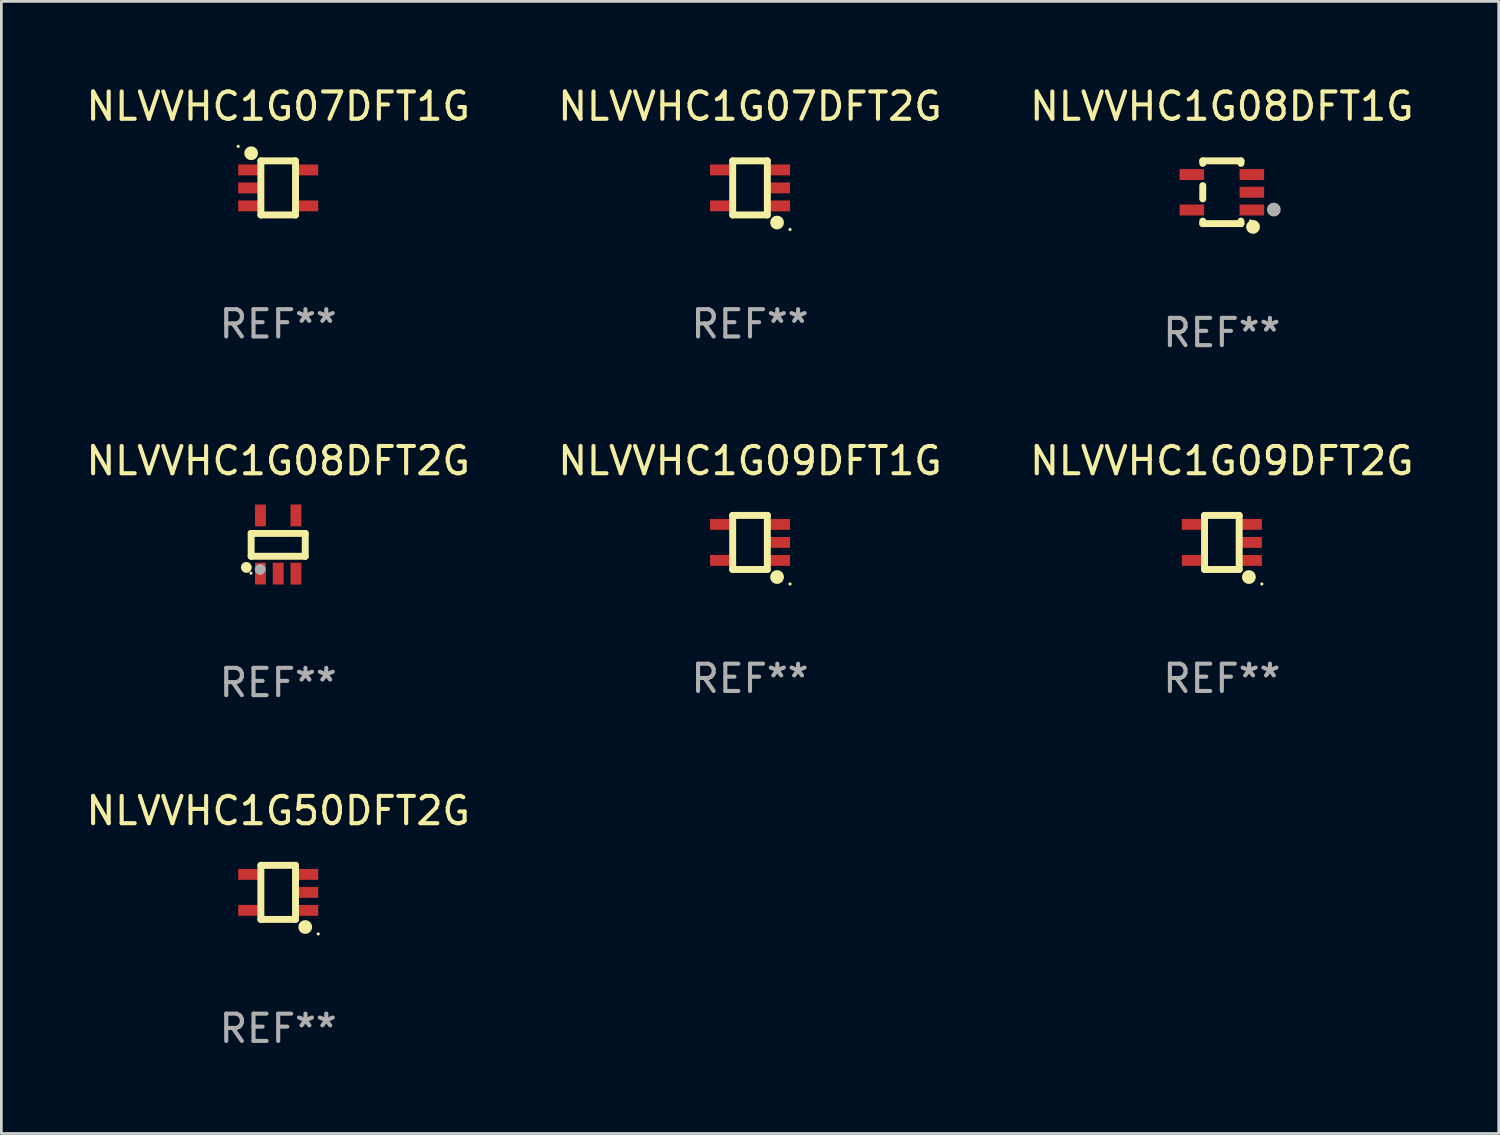
<source format=kicad_pcb>
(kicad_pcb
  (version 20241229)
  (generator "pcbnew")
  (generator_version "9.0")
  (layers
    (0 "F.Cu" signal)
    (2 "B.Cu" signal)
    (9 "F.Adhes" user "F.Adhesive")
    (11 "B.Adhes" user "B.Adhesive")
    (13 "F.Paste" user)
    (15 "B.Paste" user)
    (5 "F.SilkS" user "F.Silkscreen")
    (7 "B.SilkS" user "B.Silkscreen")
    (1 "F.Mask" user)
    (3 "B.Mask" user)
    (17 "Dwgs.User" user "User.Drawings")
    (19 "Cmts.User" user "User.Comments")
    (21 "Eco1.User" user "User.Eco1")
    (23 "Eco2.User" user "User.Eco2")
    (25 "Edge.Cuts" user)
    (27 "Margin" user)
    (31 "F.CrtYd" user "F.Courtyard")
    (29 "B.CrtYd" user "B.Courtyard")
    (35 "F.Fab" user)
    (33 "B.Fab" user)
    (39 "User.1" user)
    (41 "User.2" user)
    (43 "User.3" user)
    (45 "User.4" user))
  (footprint "NLVVHC1G08DFT2G"
    (layer "F.Cu")
    (at 7.149 16.912)
    (property "Reference" "NLVVHC1G08DFT2G" (at 0 -3.067 0) (layer "F.SilkS") (effects (font (size 1 1) (thickness 0.15))))
    (attr through_hole)
    (fp_line (start -0.991 -0.406) (end 0.991 -0.406) (stroke (width 0.254) (type solid)) (layer "F.SilkS"))
    (fp_line (start -0.991 0.432) (end -0.991 -0.406) (stroke (width 0.254) (type solid)) (layer "F.SilkS"))
    (fp_line (start 0.991 -0.406) (end 0.991 0.432) (stroke (width 0.254) (type solid)) (layer "F.SilkS"))
    (fp_line (start 0.991 0.432) (end -0.991 0.432) (stroke (width 0.254) (type solid)) (layer "F.SilkS"))
    (fp_circle (center -1.168 0.838) (end -1.068 0.838) (stroke (width 0.2) (type solid)) (fill no) (layer "F.SilkS"))
    (fp_circle (center -1 1.05) (end -0.97 1.05) (stroke (width 0.06) (type solid)) (fill no) (layer "F.SilkS"))
    (fp_circle (center -0.66 0.914) (end -0.56 0.914) (stroke (width 0.2) (type solid)) (fill no) (layer "F.Fab"))
    (fp_text user "REF**" (at 0 5.067 0) (layer "F.Fab") (effects (font (size 1 1) (thickness 0.15))))
    (pad "1" smd rect (at -0.65 1.067 90) (size 0.8 0.399) (layers "F.Cu" "F.Mask" "F.Paste"))
    (pad "2" smd rect (at 0 1.067 90) (size 0.8 0.399) (layers "F.Cu" "F.Mask" "F.Paste"))
    (pad "3" smd rect (at 0.65 1.067 90) (size 0.8 0.399) (layers "F.Cu" "F.Mask" "F.Paste"))
    (pad "4" smd rect (at 0.65 -1.067 90) (size 0.8 0.399) (layers "F.Cu" "F.Mask" "F.Paste"))
    (pad "5" smd rect (at -0.65 -1.066 90) (size 0.8 0.399) (layers "F.Cu" "F.Mask" "F.Paste")))
  (footprint "NLVVHC1G07DFT2G"
    (layer "F.Cu")
    (at 24.446 3.839)
    (property "Reference" "NLVVHC1G07DFT2G" (at 0 -2.991 0) (layer "F.SilkS") (effects (font (size 1 1) (thickness 0.15))))
    (attr through_hole)
    (fp_line (start -0.635 -0.991) (end 0.635 -0.991) (stroke (width 0.254) (type solid)) (layer "F.SilkS"))
    (fp_line (start -0.635 0.991) (end -0.635 -0.991) (stroke (width 0.254) (type solid)) (layer "F.SilkS"))
    (fp_line (start 0.635 -0.991) (end 0.635 0.991) (stroke (width 0.254) (type solid)) (layer "F.SilkS"))
    (fp_line (start 0.635 0.991) (end -0.635 0.991) (stroke (width 0.254) (type solid)) (layer "F.SilkS"))
    (fp_circle (center 0.991 1.27) (end 1.118 1.27) (stroke (width 0.254) (type solid)) (fill no) (layer "F.SilkS"))
    (fp_circle (center 1.467 1.524) (end 1.497 1.524) (stroke (width 0.06) (type solid)) (fill no) (layer "F.SilkS"))
    (fp_text user "REF**" (at 0 4.991 0) (layer "F.Fab") (effects (font (size 1 1) (thickness 0.15))))
    (pad "1" smd rect (at 1.067 0.66 180) (size 0.8 0.399) (layers "F.Cu" "F.Mask" "F.Paste"))
    (pad "2" smd rect (at 1.067 0 180) (size 0.8 0.399) (layers "F.Cu" "F.Mask" "F.Paste"))
    (pad "3" smd rect (at 1.067 -0.66 180) (size 0.8 0.399) (layers "F.Cu" "F.Mask" "F.Paste"))
    (pad "4" smd rect (at -1.067 -0.66 180) (size 0.8 0.399) (layers "F.Cu" "F.Mask" "F.Paste"))
    (pad "5" smd rect (at -1.066 0.659 180) (size 0.8 0.399) (layers "F.Cu" "F.Mask" "F.Paste")))
  (footprint "NLVVHC1G50DFT2G"
    (layer "F.Cu")
    (at 7.149 29.665)
    (property "Reference" "NLVVHC1G50DFT2G" (at 0 -2.991 0) (layer "F.SilkS") (effects (font (size 1 1) (thickness 0.15))))
    (attr through_hole)
    (fp_line (start -0.635 -0.991) (end 0.635 -0.991) (stroke (width 0.254) (type solid)) (layer "F.SilkS"))
    (fp_line (start -0.635 0.991) (end -0.635 -0.991) (stroke (width 0.254) (type solid)) (layer "F.SilkS"))
    (fp_line (start 0.635 -0.991) (end 0.635 0.991) (stroke (width 0.254) (type solid)) (layer "F.SilkS"))
    (fp_line (start 0.635 0.991) (end -0.635 0.991) (stroke (width 0.254) (type solid)) (layer "F.SilkS"))
    (fp_circle (center 0.991 1.27) (end 1.118 1.27) (stroke (width 0.254) (type solid)) (fill no) (layer "F.SilkS"))
    (fp_circle (center 1.467 1.524) (end 1.497 1.524) (stroke (width 0.06) (type solid)) (fill no) (layer "F.SilkS"))
    (fp_text user "REF**" (at 0 4.991 0) (layer "F.Fab") (effects (font (size 1 1) (thickness 0.15))))
    (pad "1" smd rect (at 1.067 0.66 180) (size 0.8 0.399) (layers "F.Cu" "F.Mask" "F.Paste"))
    (pad "2" smd rect (at 1.067 0 180) (size 0.8 0.399) (layers "F.Cu" "F.Mask" "F.Paste"))
    (pad "3" smd rect (at 1.067 -0.66 180) (size 0.8 0.399) (layers "F.Cu" "F.Mask" "F.Paste"))
    (pad "4" smd rect (at -1.067 -0.66 180) (size 0.8 0.399) (layers "F.Cu" "F.Mask" "F.Paste"))
    (pad "5" smd rect (at -1.066 0.659 180) (size 0.8 0.399) (layers "F.Cu" "F.Mask" "F.Paste")))
  (footprint "NLVVHC1G08DFT1G"
    (layer "F.Cu")
    (at 41.744 3.998)
    (property "Reference" "NLVVHC1G08DFT1G" (at 0 -3.15 0) (layer "F.SilkS") (effects (font (size 1 1) (thickness 0.15))))
    (attr through_hole)
    (fp_line (start -0.7 -1.15) (end 0.7 -1.15) (stroke (width 0.254) (type solid)) (layer "F.SilkS"))
    (fp_line (start -0.7 -1.058) (end -0.7 -1.15) (stroke (width 0.254) (type solid)) (layer "F.SilkS"))
    (fp_line (start -0.7 0.242) (end -0.7 -0.242) (stroke (width 0.254) (type solid)) (layer "F.SilkS"))
    (fp_line (start -0.7 1.15) (end -0.7 1.058) (stroke (width 0.254) (type solid)) (layer "F.SilkS"))
    (fp_line (start -0.7 1.15) (end 0.7 1.15) (stroke (width 0.254) (type solid)) (layer "F.SilkS"))
    (fp_line (start 0.7 -1.058) (end 0.7 -1.15) (stroke (width 0.254) (type solid)) (layer "F.SilkS"))
    (fp_line (start 0.7 1.15) (end 0.7 1.058) (stroke (width 0.254) (type solid)) (layer "F.SilkS"))
    (fp_circle (center 1.053 1.052) (end 1.083 1.052) (stroke (width 0.06) (type solid)) (fill no) (layer "F.SilkS"))
    (fp_circle (center 1.143 1.27) (end 1.27 1.27) (stroke (width 0.254) (type solid)) (fill no) (layer "F.SilkS"))
    (fp_circle (center 1.905 0.635) (end 2.032 0.635) (stroke (width 0.254) (type solid)) (fill no) (layer "F.Fab"))
    (fp_text user "REF**" (at 0 5.15 0) (layer "F.Fab") (effects (font (size 1 1) (thickness 0.15))))
    (pad "1" smd rect (at 1.1 0.65 90) (size 0.4 0.9) (layers "F.Cu" "F.Mask" "F.Paste"))
    (pad "2" smd rect (at 1.1 0.000076 90) (size 0.4 0.9) (layers "F.Cu" "F.Mask" "F.Paste"))
    (pad "3" smd rect (at 1.1 -0.65 90) (size 0.4 0.9) (layers "F.Cu" "F.Mask" "F.Paste"))
    (pad "4" smd rect (at -1.1 -0.65 90) (size 0.4 0.9) (layers "F.Cu" "F.Mask" "F.Paste"))
    (pad "5" smd rect (at -1.1 0.65 90) (size 0.4 0.9) (layers "F.Cu" "F.Mask" "F.Paste")))
  (footprint "NLVVHC1G09DFT2G"
    (layer "F.Cu")
    (at 41.744 16.835)
    (property "Reference" "NLVVHC1G09DFT2G" (at 0 -2.991 0) (layer "F.SilkS") (effects (font (size 1 1) (thickness 0.15))))
    (attr through_hole)
    (fp_line (start -0.635 -0.991) (end 0.635 -0.991) (stroke (width 0.254) (type solid)) (layer "F.SilkS"))
    (fp_line (start -0.635 0.991) (end -0.635 -0.991) (stroke (width 0.254) (type solid)) (layer "F.SilkS"))
    (fp_line (start 0.635 -0.991) (end 0.635 0.991) (stroke (width 0.254) (type solid)) (layer "F.SilkS"))
    (fp_line (start 0.635 0.991) (end -0.635 0.991) (stroke (width 0.254) (type solid)) (layer "F.SilkS"))
    (fp_circle (center 0.991 1.27) (end 1.118 1.27) (stroke (width 0.254) (type solid)) (fill no) (layer "F.SilkS"))
    (fp_circle (center 1.467 1.524) (end 1.497 1.524) (stroke (width 0.06) (type solid)) (fill no) (layer "F.SilkS"))
    (fp_text user "REF**" (at 0 4.991 0) (layer "F.Fab") (effects (font (size 1 1) (thickness 0.15))))
    (pad "1" smd rect (at 1.067 0.66 180) (size 0.8 0.399) (layers "F.Cu" "F.Mask" "F.Paste"))
    (pad "2" smd rect (at 1.067 0 180) (size 0.8 0.399) (layers "F.Cu" "F.Mask" "F.Paste"))
    (pad "3" smd rect (at 1.067 -0.66 180) (size 0.8 0.399) (layers "F.Cu" "F.Mask" "F.Paste"))
    (pad "4" smd rect (at -1.067 -0.66 180) (size 0.8 0.399) (layers "F.Cu" "F.Mask" "F.Paste"))
    (pad "5" smd rect (at -1.066 0.659 180) (size 0.8 0.399) (layers "F.Cu" "F.Mask" "F.Paste")))
  (footprint "NLVVHC1G07DFT1G"
    (layer "F.Cu")
    (at 7.149 3.839)
    (property "Reference" "NLVVHC1G07DFT1G" (at 0 -2.991 0) (layer "F.SilkS") (effects (font (size 1 1) (thickness 0.15))))
    (attr through_hole)
    (fp_line (start -0.635 -0.991) (end 0.635 -0.991) (stroke (width 0.254) (type solid)) (layer "F.SilkS"))
    (fp_line (start -0.635 0.991) (end -0.635 -0.991) (stroke (width 0.254) (type solid)) (layer "F.SilkS"))
    (fp_line (start 0.635 -0.991) (end 0.635 0.991) (stroke (width 0.254) (type solid)) (layer "F.SilkS"))
    (fp_line (start 0.635 0.991) (end -0.635 0.991) (stroke (width 0.254) (type solid)) (layer "F.SilkS"))
    (fp_circle (center -1.467 -1.524) (end -1.437 -1.524) (stroke (width 0.06) (type solid)) (fill no) (layer "F.SilkS"))
    (fp_circle (center -0.991 -1.27) (end -0.864 -1.27) (stroke (width 0.254) (type solid)) (fill no) (layer "F.SilkS"))
    (fp_text user "REF**" (at 0 4.991 0) (layer "F.Fab") (effects (font (size 1 1) (thickness 0.15))))
    (pad "1" smd rect (at -1.067 -0.66) (size 0.8 0.399) (layers "F.Cu" "F.Mask" "F.Paste"))
    (pad "2" smd rect (at -1.067 0) (size 0.8 0.399) (layers "F.Cu" "F.Mask" "F.Paste"))
    (pad "3" smd rect (at -1.067 0.66) (size 0.8 0.399) (layers "F.Cu" "F.Mask" "F.Paste"))
    (pad "4" smd rect (at 1.067 0.66) (size 0.8 0.399) (layers "F.Cu" "F.Mask" "F.Paste"))
    (pad "5" smd rect (at 1.066 -0.659) (size 0.8 0.399) (layers "F.Cu" "F.Mask" "F.Paste")))
  (footprint "NLVVHC1G09DFT1G"
    (layer "F.Cu")
    (at 24.446 16.835)
    (property "Reference" "NLVVHC1G09DFT1G" (at 0 -2.991 0) (layer "F.SilkS") (effects (font (size 1 1) (thickness 0.15))))
    (attr through_hole)
    (fp_line (start -0.635 -0.991) (end 0.635 -0.991) (stroke (width 0.254) (type solid)) (layer "F.SilkS"))
    (fp_line (start -0.635 0.991) (end -0.635 -0.991) (stroke (width 0.254) (type solid)) (layer "F.SilkS"))
    (fp_line (start 0.635 -0.991) (end 0.635 0.991) (stroke (width 0.254) (type solid)) (layer "F.SilkS"))
    (fp_line (start 0.635 0.991) (end -0.635 0.991) (stroke (width 0.254) (type solid)) (layer "F.SilkS"))
    (fp_circle (center 0.991 1.27) (end 1.118 1.27) (stroke (width 0.254) (type solid)) (fill no) (layer "F.SilkS"))
    (fp_circle (center 1.467 1.524) (end 1.497 1.524) (stroke (width 0.06) (type solid)) (fill no) (layer "F.SilkS"))
    (fp_text user "REF**" (at 0 4.991 0) (layer "F.Fab") (effects (font (size 1 1) (thickness 0.15))))
    (pad "1" smd rect (at 1.067 0.66 180) (size 0.8 0.399) (layers "F.Cu" "F.Mask" "F.Paste"))
    (pad "2" smd rect (at 1.067 0 180) (size 0.8 0.399) (layers "F.Cu" "F.Mask" "F.Paste"))
    (pad "3" smd rect (at 1.067 -0.66 180) (size 0.8 0.399) (layers "F.Cu" "F.Mask" "F.Paste"))
    (pad "4" smd rect (at -1.067 -0.66 180) (size 0.8 0.399) (layers "F.Cu" "F.Mask" "F.Paste"))
    (pad "5" smd rect (at -1.066 0.659 180) (size 0.8 0.399) (layers "F.Cu" "F.Mask" "F.Paste")))
  (gr_rect
    (start -3 -3)
    (end 51.893 38.504)
    (stroke (width 0.1) (type default))
    (fill no)
    (layer "Edge.Cuts")))
</source>
